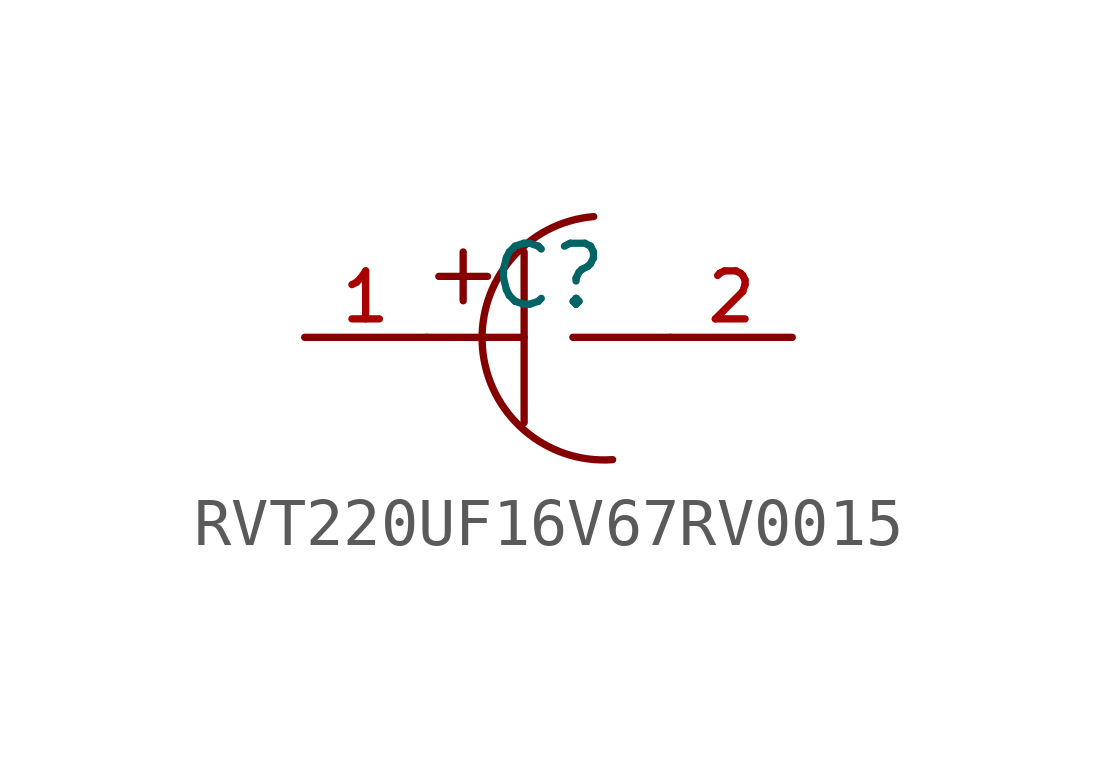
<source format=kicad_sym>
(kicad_symbol_lib
  (version 20210201)
  (generator TousstNicolas/JLC2KiCad_lib)
  (symbol "RVT220UF16V67RV0015"
    (pin_names hide)
    (property "Reference" "C"
      (at 0 1.27 0)
      (effects (font (size 1.27 1.27))))
    (symbol "RVT220UF16V67RV0015_0_1"
      (polyline (pts (xy -0.508 1.778) (xy -0.508 -1.778)) (stroke (width 0) (type default) (color 0 0 0 0)) (fill (type none)))
      (pin input line (at -5.08 -0.0 0) (length 2.54) (name "1" (effects (font (size 1 1)))) (number "1" (effects (font (size 1 1)))))
      (pin input line (at 5.08 -0.0 180) (length 2.54) (name "2" (effects (font (size 1 1)))) (number "2" (effects (font (size 1 1)))))
      (polyline (pts (xy -2.54 -0.0) (xy -0.508 -0.0)) (stroke (width 0) (type default) (color 0 0 0 0)) (fill (type none)))
      (polyline (pts (xy 0.508 -0.0) (xy 2.54 -0.0)) (stroke (width 0) (type default) (color 0 0 0 0)) (fill (type none)))
      (arc (start 1.336076669933015 -2.5488732196922568) (mid -1.393170600892016 -0.2133945408688318) (end 0.942308016927978 2.515852782158215) (stroke (width 0) (type default) (color 0 0 0 0)) (fill (type none)))
      (polyline (pts (xy -2.286 1.27) (xy -1.27 1.27)) (stroke (width 0) (type default) (color 0 0 0 0)) (fill (type none)))
      (polyline (pts (xy -1.778 1.778) (xy -1.778 0.762)) (stroke (width 0) (type default) (color 0 0 0 0)) (fill (type none))))))
</source>
